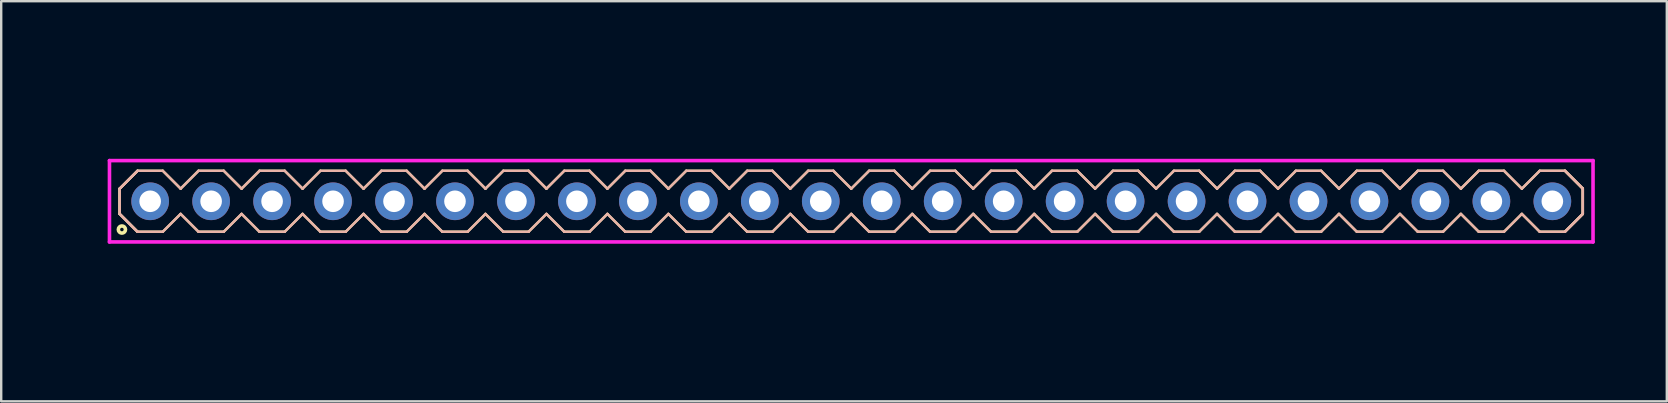
<source format=kicad_pcb>
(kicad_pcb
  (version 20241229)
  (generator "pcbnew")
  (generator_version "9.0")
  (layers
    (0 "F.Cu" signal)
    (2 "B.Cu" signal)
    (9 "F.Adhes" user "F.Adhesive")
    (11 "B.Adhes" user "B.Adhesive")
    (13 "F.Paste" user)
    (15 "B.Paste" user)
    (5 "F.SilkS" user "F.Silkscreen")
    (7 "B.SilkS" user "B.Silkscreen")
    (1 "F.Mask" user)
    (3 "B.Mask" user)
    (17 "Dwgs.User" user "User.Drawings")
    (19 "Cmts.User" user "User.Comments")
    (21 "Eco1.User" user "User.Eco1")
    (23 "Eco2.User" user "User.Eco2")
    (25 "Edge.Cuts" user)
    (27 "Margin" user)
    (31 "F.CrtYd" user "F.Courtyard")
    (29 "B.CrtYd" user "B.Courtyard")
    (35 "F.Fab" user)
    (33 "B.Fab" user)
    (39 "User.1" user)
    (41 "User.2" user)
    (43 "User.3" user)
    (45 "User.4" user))
  (footprint "HDR254P24x1"
    (layer "F.Cu")
    (at 32.416 5.336)
    (property "Reference" "HDR254P24x1" (at -31.655 0 90) (layer "User.1") (effects (font (size 1 1) (thickness 0.1))))
    (attr through_hole)
    (fp_line (start -30.48 -0.526) (end -29.736 -1.27) (stroke (width 0.1) (type solid)) (layer "F.SilkS"))
    (fp_line (start -30.48 -0.526) (end -29.736 -1.27) (stroke (width 0.1) (type solid)) (layer "F.SilkS"))
    (fp_line (start -30.48 0.526) (end -30.48 -0.526) (stroke (width 0.1) (type solid)) (layer "F.SilkS"))
    (fp_line (start -30.48 0.526) (end -30.48 -0.526) (stroke (width 0.1) (type solid)) (layer "F.SilkS"))
    (fp_line (start -29.736 -1.27) (end -28.684 -1.27) (stroke (width 0.1) (type solid)) (layer "F.SilkS"))
    (fp_line (start -29.736 1.27) (end -30.48 0.526) (stroke (width 0.1) (type solid)) (layer "F.SilkS"))
    (fp_line (start -29.736 1.27) (end -30.48 0.526) (stroke (width 0.1) (type solid)) (layer "F.SilkS"))
    (fp_line (start -28.684 -1.27) (end -27.94 -0.526) (stroke (width 0.1) (type solid)) (layer "F.SilkS"))
    (fp_line (start -28.684 1.27) (end -29.736 1.27) (stroke (width 0.1) (type solid)) (layer "F.SilkS"))
    (fp_line (start -27.94 -0.526) (end -27.196 -1.27) (stroke (width 0.1) (type solid)) (layer "F.SilkS"))
    (fp_line (start -27.94 0.526) (end -28.684 1.27) (stroke (width 0.1) (type solid)) (layer "F.SilkS"))
    (fp_line (start -27.196 -1.27) (end -26.144 -1.27) (stroke (width 0.1) (type solid)) (layer "F.SilkS"))
    (fp_line (start -27.196 1.27) (end -27.94 0.526) (stroke (width 0.1) (type solid)) (layer "F.SilkS"))
    (fp_line (start -26.144 -1.27) (end -25.4 -0.526) (stroke (width 0.1) (type solid)) (layer "F.SilkS"))
    (fp_line (start -26.144 1.27) (end -27.196 1.27) (stroke (width 0.1) (type solid)) (layer "F.SilkS"))
    (fp_line (start -25.4 -0.526) (end -24.656 -1.27) (stroke (width 0.1) (type solid)) (layer "F.SilkS"))
    (fp_line (start -25.4 0.526) (end -26.144 1.27) (stroke (width 0.1) (type solid)) (layer "F.SilkS"))
    (fp_line (start -24.656 -1.27) (end -23.604 -1.27) (stroke (width 0.1) (type solid)) (layer "F.SilkS"))
    (fp_line (start -24.656 1.27) (end -25.4 0.526) (stroke (width 0.1) (type solid)) (layer "F.SilkS"))
    (fp_line (start -23.604 -1.27) (end -22.86 -0.526) (stroke (width 0.1) (type solid)) (layer "F.SilkS"))
    (fp_line (start -23.604 1.27) (end -24.656 1.27) (stroke (width 0.1) (type solid)) (layer "F.SilkS"))
    (fp_line (start -22.86 -0.526) (end -22.116 -1.27) (stroke (width 0.1) (type solid)) (layer "F.SilkS"))
    (fp_line (start -22.86 0.526) (end -23.604 1.27) (stroke (width 0.1) (type solid)) (layer "F.SilkS"))
    (fp_line (start -22.116 -1.27) (end -21.064 -1.27) (stroke (width 0.1) (type solid)) (layer "F.SilkS"))
    (fp_line (start -22.116 1.27) (end -22.86 0.526) (stroke (width 0.1) (type solid)) (layer "F.SilkS"))
    (fp_line (start -21.064 -1.27) (end -20.32 -0.526) (stroke (width 0.1) (type solid)) (layer "F.SilkS"))
    (fp_line (start -21.064 1.27) (end -22.116 1.27) (stroke (width 0.1) (type solid)) (layer "F.SilkS"))
    (fp_line (start -20.32 -0.526) (end -19.576 -1.27) (stroke (width 0.1) (type solid)) (layer "F.SilkS"))
    (fp_line (start -20.32 0.526) (end -21.064 1.27) (stroke (width 0.1) (type solid)) (layer "F.SilkS"))
    (fp_line (start -19.576 -1.27) (end -18.524 -1.27) (stroke (width 0.1) (type solid)) (layer "F.SilkS"))
    (fp_line (start -19.576 1.27) (end -20.32 0.526) (stroke (width 0.1) (type solid)) (layer "F.SilkS"))
    (fp_line (start -18.524 -1.27) (end -17.78 -0.526) (stroke (width 0.1) (type solid)) (layer "F.SilkS"))
    (fp_line (start -18.524 1.27) (end -19.576 1.27) (stroke (width 0.1) (type solid)) (layer "F.SilkS"))
    (fp_line (start -17.78 -0.526) (end -17.036 -1.27) (stroke (width 0.1) (type solid)) (layer "F.SilkS"))
    (fp_line (start -17.78 0.526) (end -18.524 1.27) (stroke (width 0.1) (type solid)) (layer "F.SilkS"))
    (fp_line (start -17.036 -1.27) (end -15.984 -1.27) (stroke (width 0.1) (type solid)) (layer "F.SilkS"))
    (fp_line (start -17.036 1.27) (end -17.78 0.526) (stroke (width 0.1) (type solid)) (layer "F.SilkS"))
    (fp_line (start -15.984 -1.27) (end -15.24 -0.526) (stroke (width 0.1) (type solid)) (layer "F.SilkS"))
    (fp_line (start -15.984 1.27) (end -17.036 1.27) (stroke (width 0.1) (type solid)) (layer "F.SilkS"))
    (fp_line (start -15.24 -0.526) (end -14.496 -1.27) (stroke (width 0.1) (type solid)) (layer "F.SilkS"))
    (fp_line (start -15.24 0.526) (end -15.984 1.27) (stroke (width 0.1) (type solid)) (layer "F.SilkS"))
    (fp_line (start -14.496 -1.27) (end -13.444 -1.27) (stroke (width 0.1) (type solid)) (layer "F.SilkS"))
    (fp_line (start -14.496 1.27) (end -15.24 0.526) (stroke (width 0.1) (type solid)) (layer "F.SilkS"))
    (fp_line (start -13.444 -1.27) (end -12.7 -0.526) (stroke (width 0.1) (type solid)) (layer "F.SilkS"))
    (fp_line (start -13.444 1.27) (end -14.496 1.27) (stroke (width 0.1) (type solid)) (layer "F.SilkS"))
    (fp_line (start -12.7 -0.526) (end -11.956 -1.27) (stroke (width 0.1) (type solid)) (layer "F.SilkS"))
    (fp_line (start -12.7 0.526) (end -13.444 1.27) (stroke (width 0.1) (type solid)) (layer "F.SilkS"))
    (fp_line (start -11.956 -1.27) (end -10.904 -1.27) (stroke (width 0.1) (type solid)) (layer "F.SilkS"))
    (fp_line (start -11.956 1.27) (end -12.7 0.526) (stroke (width 0.1) (type solid)) (layer "F.SilkS"))
    (fp_line (start -10.904 -1.27) (end -10.16 -0.526) (stroke (width 0.1) (type solid)) (layer "F.SilkS"))
    (fp_line (start -10.904 1.27) (end -11.956 1.27) (stroke (width 0.1) (type solid)) (layer "F.SilkS"))
    (fp_line (start -10.16 -0.526) (end -9.416 -1.27) (stroke (width 0.1) (type solid)) (layer "F.SilkS"))
    (fp_line (start -10.16 0.526) (end -10.904 1.27) (stroke (width 0.1) (type solid)) (layer "F.SilkS"))
    (fp_line (start -9.416 -1.27) (end -8.364 -1.27) (stroke (width 0.1) (type solid)) (layer "F.SilkS"))
    (fp_line (start -9.416 1.27) (end -10.16 0.526) (stroke (width 0.1) (type solid)) (layer "F.SilkS"))
    (fp_line (start -8.364 -1.27) (end -7.62 -0.526) (stroke (width 0.1) (type solid)) (layer "F.SilkS"))
    (fp_line (start -8.364 1.27) (end -9.416 1.27) (stroke (width 0.1) (type solid)) (layer "F.SilkS"))
    (fp_line (start -7.62 -0.526) (end -6.876 -1.27) (stroke (width 0.1) (type solid)) (layer "F.SilkS"))
    (fp_line (start -7.62 0.526) (end -8.364 1.27) (stroke (width 0.1) (type solid)) (layer "F.SilkS"))
    (fp_line (start -6.876 -1.27) (end -5.824 -1.27) (stroke (width 0.1) (type solid)) (layer "F.SilkS"))
    (fp_line (start -6.876 1.27) (end -7.62 0.526) (stroke (width 0.1) (type solid)) (layer "F.SilkS"))
    (fp_line (start -5.824 -1.27) (end -5.08 -0.526) (stroke (width 0.1) (type solid)) (layer "F.SilkS"))
    (fp_line (start -5.824 1.27) (end -6.876 1.27) (stroke (width 0.1) (type solid)) (layer "F.SilkS"))
    (fp_line (start -5.08 -0.526) (end -4.336 -1.27) (stroke (width 0.1) (type solid)) (layer "F.SilkS"))
    (fp_line (start -5.08 0.526) (end -5.824 1.27) (stroke (width 0.1) (type solid)) (layer "F.SilkS"))
    (fp_line (start -4.336 -1.27) (end -3.284 -1.27) (stroke (width 0.1) (type solid)) (layer "F.SilkS"))
    (fp_line (start -4.336 1.27) (end -5.08 0.526) (stroke (width 0.1) (type solid)) (layer "F.SilkS"))
    (fp_line (start -3.284 -1.27) (end -2.54 -0.526) (stroke (width 0.1) (type solid)) (layer "F.SilkS"))
    (fp_line (start -3.284 1.27) (end -4.336 1.27) (stroke (width 0.1) (type solid)) (layer "F.SilkS"))
    (fp_line (start -2.54 -0.526) (end -1.796 -1.27) (stroke (width 0.1) (type solid)) (layer "F.SilkS"))
    (fp_line (start -2.54 0.526) (end -3.284 1.27) (stroke (width 0.1) (type solid)) (layer "F.SilkS"))
    (fp_line (start -1.796 -1.27) (end -0.744 -1.27) (stroke (width 0.1) (type solid)) (layer "F.SilkS"))
    (fp_line (start -1.796 1.27) (end -2.54 0.526) (stroke (width 0.1) (type solid)) (layer "F.SilkS"))
    (fp_line (start -0.744 -1.27) (end 0 -0.526) (stroke (width 0.1) (type solid)) (layer "F.SilkS"))
    (fp_line (start -0.744 1.27) (end -1.796 1.27) (stroke (width 0.1) (type solid)) (layer "F.SilkS"))
    (fp_line (start 0 -0.526) (end 0.744 -1.27) (stroke (width 0.1) (type solid)) (layer "F.SilkS"))
    (fp_line (start 0 0.526) (end -0.744 1.27) (stroke (width 0.1) (type solid)) (layer "F.SilkS"))
    (fp_line (start 0.744 -1.27) (end 1.796 -1.27) (stroke (width 0.1) (type solid)) (layer "F.SilkS"))
    (fp_line (start 0.744 1.27) (end 0 0.526) (stroke (width 0.1) (type solid)) (layer "F.SilkS"))
    (fp_line (start 1.796 -1.27) (end 2.54 -0.526) (stroke (width 0.1) (type solid)) (layer "F.SilkS"))
    (fp_line (start 1.796 1.27) (end 0.744 1.27) (stroke (width 0.1) (type solid)) (layer "F.SilkS"))
    (fp_line (start 2.54 -0.526) (end 3.284 -1.27) (stroke (width 0.1) (type solid)) (layer "F.SilkS"))
    (fp_line (start 2.54 0.526) (end 1.796 1.27) (stroke (width 0.1) (type solid)) (layer "F.SilkS"))
    (fp_line (start 3.284 -1.27) (end 4.336 -1.27) (stroke (width 0.1) (type solid)) (layer "F.SilkS"))
    (fp_line (start 3.284 1.27) (end 2.54 0.526) (stroke (width 0.1) (type solid)) (layer "F.SilkS"))
    (fp_line (start 4.336 -1.27) (end 5.08 -0.526) (stroke (width 0.1) (type solid)) (layer "F.SilkS"))
    (fp_line (start 4.336 1.27) (end 3.284 1.27) (stroke (width 0.1) (type solid)) (layer "F.SilkS"))
    (fp_line (start 5.08 -0.526) (end 5.824 -1.27) (stroke (width 0.1) (type solid)) (layer "F.SilkS"))
    (fp_line (start 5.08 0.526) (end 4.336 1.27) (stroke (width 0.1) (type solid)) (layer "F.SilkS"))
    (fp_line (start 5.824 -1.27) (end 6.876 -1.27) (stroke (width 0.1) (type solid)) (layer "F.SilkS"))
    (fp_line (start 5.824 1.27) (end 5.08 0.526) (stroke (width 0.1) (type solid)) (layer "F.SilkS"))
    (fp_line (start 6.876 -1.27) (end 7.62 -0.526) (stroke (width 0.1) (type solid)) (layer "F.SilkS"))
    (fp_line (start 6.876 1.27) (end 5.824 1.27) (stroke (width 0.1) (type solid)) (layer "F.SilkS"))
    (fp_line (start 7.62 -0.526) (end 8.364 -1.27) (stroke (width 0.1) (type solid)) (layer "F.SilkS"))
    (fp_line (start 7.62 0.526) (end 6.876 1.27) (stroke (width 0.1) (type solid)) (layer "F.SilkS"))
    (fp_line (start 8.364 -1.27) (end 9.416 -1.27) (stroke (width 0.1) (type solid)) (layer "F.SilkS"))
    (fp_line (start 8.364 1.27) (end 7.62 0.526) (stroke (width 0.1) (type solid)) (layer "F.SilkS"))
    (fp_line (start 9.416 -1.27) (end 10.16 -0.526) (stroke (width 0.1) (type solid)) (layer "F.SilkS"))
    (fp_line (start 9.416 1.27) (end 8.364 1.27) (stroke (width 0.1) (type solid)) (layer "F.SilkS"))
    (fp_line (start 10.16 -0.526) (end 10.904 -1.27) (stroke (width 0.1) (type solid)) (layer "F.SilkS"))
    (fp_line (start 10.16 0.526) (end 9.416 1.27) (stroke (width 0.1) (type solid)) (layer "F.SilkS"))
    (fp_line (start 10.904 -1.27) (end 11.956 -1.27) (stroke (width 0.1) (type solid)) (layer "F.SilkS"))
    (fp_line (start 10.904 1.27) (end 10.16 0.526) (stroke (width 0.1) (type solid)) (layer "F.SilkS"))
    (fp_line (start 11.956 -1.27) (end 12.7 -0.526) (stroke (width 0.1) (type solid)) (layer "F.SilkS"))
    (fp_line (start 11.956 1.27) (end 10.904 1.27) (stroke (width 0.1) (type solid)) (layer "F.SilkS"))
    (fp_line (start 12.7 -0.526) (end 13.444 -1.27) (stroke (width 0.1) (type solid)) (layer "F.SilkS"))
    (fp_line (start 12.7 0.526) (end 11.956 1.27) (stroke (width 0.1) (type solid)) (layer "F.SilkS"))
    (fp_line (start 13.444 -1.27) (end 14.496 -1.27) (stroke (width 0.1) (type solid)) (layer "F.SilkS"))
    (fp_line (start 13.444 1.27) (end 12.7 0.526) (stroke (width 0.1) (type solid)) (layer "F.SilkS"))
    (fp_line (start 14.496 -1.27) (end 15.24 -0.526) (stroke (width 0.1) (type solid)) (layer "F.SilkS"))
    (fp_line (start 14.496 1.27) (end 13.444 1.27) (stroke (width 0.1) (type solid)) (layer "F.SilkS"))
    (fp_line (start 15.24 -0.526) (end 15.984 -1.27) (stroke (width 0.1) (type solid)) (layer "F.SilkS"))
    (fp_line (start 15.24 0.526) (end 14.496 1.27) (stroke (width 0.1) (type solid)) (layer "F.SilkS"))
    (fp_line (start 15.984 -1.27) (end 17.036 -1.27) (stroke (width 0.1) (type solid)) (layer "F.SilkS"))
    (fp_line (start 15.984 1.27) (end 15.24 0.526) (stroke (width 0.1) (type solid)) (layer "F.SilkS"))
    (fp_line (start 17.036 -1.27) (end 17.78 -0.526) (stroke (width 0.1) (type solid)) (layer "F.SilkS"))
    (fp_line (start 17.036 1.27) (end 15.984 1.27) (stroke (width 0.1) (type solid)) (layer "F.SilkS"))
    (fp_line (start 17.78 -0.526) (end 18.524 -1.27) (stroke (width 0.1) (type solid)) (layer "F.SilkS"))
    (fp_line (start 17.78 0.526) (end 17.036 1.27) (stroke (width 0.1) (type solid)) (layer "F.SilkS"))
    (fp_line (start 18.524 -1.27) (end 19.576 -1.27) (stroke (width 0.1) (type solid)) (layer "F.SilkS"))
    (fp_line (start 18.524 1.27) (end 17.78 0.526) (stroke (width 0.1) (type solid)) (layer "F.SilkS"))
    (fp_line (start 19.576 -1.27) (end 20.32 -0.526) (stroke (width 0.1) (type solid)) (layer "F.SilkS"))
    (fp_line (start 19.576 1.27) (end 18.524 1.27) (stroke (width 0.1) (type solid)) (layer "F.SilkS"))
    (fp_line (start 20.32 -0.526) (end 21.064 -1.27) (stroke (width 0.1) (type solid)) (layer "F.SilkS"))
    (fp_line (start 20.32 0.526) (end 19.576 1.27) (stroke (width 0.1) (type solid)) (layer "F.SilkS"))
    (fp_line (start 21.064 -1.27) (end 22.116 -1.27) (stroke (width 0.1) (type solid)) (layer "F.SilkS"))
    (fp_line (start 21.064 1.27) (end 20.32 0.526) (stroke (width 0.1) (type solid)) (layer "F.SilkS"))
    (fp_line (start 22.116 -1.27) (end 22.86 -0.526) (stroke (width 0.1) (type solid)) (layer "F.SilkS"))
    (fp_line (start 22.116 1.27) (end 21.064 1.27) (stroke (width 0.1) (type solid)) (layer "F.SilkS"))
    (fp_line (start 22.86 -0.526) (end 23.604 -1.27) (stroke (width 0.1) (type solid)) (layer "F.SilkS"))
    (fp_line (start 22.86 0.526) (end 22.116 1.27) (stroke (width 0.1) (type solid)) (layer "F.SilkS"))
    (fp_line (start 23.604 -1.27) (end 24.656 -1.27) (stroke (width 0.1) (type solid)) (layer "F.SilkS"))
    (fp_line (start 23.604 1.27) (end 22.86 0.526) (stroke (width 0.1) (type solid)) (layer "F.SilkS"))
    (fp_line (start 24.656 -1.27) (end 25.4 -0.526) (stroke (width 0.1) (type solid)) (layer "F.SilkS"))
    (fp_line (start 24.656 1.27) (end 23.604 1.27) (stroke (width 0.1) (type solid)) (layer "F.SilkS"))
    (fp_line (start 25.4 -0.526) (end 26.144 -1.27) (stroke (width 0.1) (type solid)) (layer "F.SilkS"))
    (fp_line (start 25.4 0.526) (end 24.656 1.27) (stroke (width 0.1) (type solid)) (layer "F.SilkS"))
    (fp_line (start 26.144 -1.27) (end 27.196 -1.27) (stroke (width 0.1) (type solid)) (layer "F.SilkS"))
    (fp_line (start 26.144 1.27) (end 25.4 0.526) (stroke (width 0.1) (type solid)) (layer "F.SilkS"))
    (fp_line (start 27.196 -1.27) (end 27.94 -0.526) (stroke (width 0.1) (type solid)) (layer "F.SilkS"))
    (fp_line (start 27.196 1.27) (end 26.144 1.27) (stroke (width 0.1) (type solid)) (layer "F.SilkS"))
    (fp_line (start 27.94 -0.526) (end 28.684 -1.27) (stroke (width 0.1) (type solid)) (layer "F.SilkS"))
    (fp_line (start 27.94 0.526) (end 27.196 1.27) (stroke (width 0.1) (type solid)) (layer "F.SilkS"))
    (fp_line (start 28.684 -1.27) (end 29.736 -1.27) (stroke (width 0.1) (type solid)) (layer "F.SilkS"))
    (fp_line (start 28.684 1.27) (end 27.94 0.526) (stroke (width 0.1) (type solid)) (layer "F.SilkS"))
    (fp_line (start 29.736 -1.27) (end 30.48 -0.526) (stroke (width 0.1) (type solid)) (layer "F.SilkS"))
    (fp_line (start 29.736 -1.27) (end 30.48 -0.526) (stroke (width 0.1) (type solid)) (layer "F.SilkS"))
    (fp_line (start 29.736 1.27) (end 28.684 1.27) (stroke (width 0.1) (type solid)) (layer "F.SilkS"))
    (fp_line (start 30.48 -0.526) (end 30.48 0.526) (stroke (width 0.1) (type solid)) (layer "F.SilkS"))
    (fp_line (start 30.48 -0.526) (end 30.48 0.526) (stroke (width 0.1) (type solid)) (layer "F.SilkS"))
    (fp_line (start 30.48 0.526) (end 29.736 1.27) (stroke (width 0.1) (type solid)) (layer "F.SilkS"))
    (fp_line (start 30.48 0.526) (end 29.736 1.27) (stroke (width 0.1) (type solid)) (layer "F.SilkS"))
    (fp_circle (center -30.387 1.177) (end -30.238 1.177) (stroke (width 0.15) (type solid)) (fill no) (layer "F.SilkS"))
    (fp_line (start -30.48 -0.526) (end -29.736 -1.27) (stroke (width 0.1) (type solid)) (layer "B.SilkS"))
    (fp_line (start -30.48 -0.526) (end -29.736 -1.27) (stroke (width 0.1) (type solid)) (layer "B.SilkS"))
    (fp_line (start -30.48 0.526) (end -30.48 -0.526) (stroke (width 0.1) (type solid)) (layer "B.SilkS"))
    (fp_line (start -30.48 0.526) (end -30.48 -0.526) (stroke (width 0.1) (type solid)) (layer "B.SilkS"))
    (fp_line (start -29.736 -1.27) (end -28.684 -1.27) (stroke (width 0.1) (type solid)) (layer "B.SilkS"))
    (fp_line (start -29.736 1.27) (end -30.48 0.526) (stroke (width 0.1) (type solid)) (layer "B.SilkS"))
    (fp_line (start -29.736 1.27) (end -30.48 0.526) (stroke (width 0.1) (type solid)) (layer "B.SilkS"))
    (fp_line (start -28.684 -1.27) (end -27.94 -0.526) (stroke (width 0.1) (type solid)) (layer "B.SilkS"))
    (fp_line (start -28.684 1.27) (end -29.736 1.27) (stroke (width 0.1) (type solid)) (layer "B.SilkS"))
    (fp_line (start -27.94 -0.526) (end -27.196 -1.27) (stroke (width 0.1) (type solid)) (layer "B.SilkS"))
    (fp_line (start -27.94 0.526) (end -28.684 1.27) (stroke (width 0.1) (type solid)) (layer "B.SilkS"))
    (fp_line (start -27.196 -1.27) (end -26.144 -1.27) (stroke (width 0.1) (type solid)) (layer "B.SilkS"))
    (fp_line (start -27.196 1.27) (end -27.94 0.526) (stroke (width 0.1) (type solid)) (layer "B.SilkS"))
    (fp_line (start -26.144 -1.27) (end -25.4 -0.526) (stroke (width 0.1) (type solid)) (layer "B.SilkS"))
    (fp_line (start -26.144 1.27) (end -27.196 1.27) (stroke (width 0.1) (type solid)) (layer "B.SilkS"))
    (fp_line (start -25.4 -0.526) (end -24.656 -1.27) (stroke (width 0.1) (type solid)) (layer "B.SilkS"))
    (fp_line (start -25.4 0.526) (end -26.144 1.27) (stroke (width 0.1) (type solid)) (layer "B.SilkS"))
    (fp_line (start -24.656 -1.27) (end -23.604 -1.27) (stroke (width 0.1) (type solid)) (layer "B.SilkS"))
    (fp_line (start -24.656 1.27) (end -25.4 0.526) (stroke (width 0.1) (type solid)) (layer "B.SilkS"))
    (fp_line (start -23.604 -1.27) (end -22.86 -0.526) (stroke (width 0.1) (type solid)) (layer "B.SilkS"))
    (fp_line (start -23.604 1.27) (end -24.656 1.27) (stroke (width 0.1) (type solid)) (layer "B.SilkS"))
    (fp_line (start -22.86 -0.526) (end -22.116 -1.27) (stroke (width 0.1) (type solid)) (layer "B.SilkS"))
    (fp_line (start -22.86 0.526) (end -23.604 1.27) (stroke (width 0.1) (type solid)) (layer "B.SilkS"))
    (fp_line (start -22.116 -1.27) (end -21.064 -1.27) (stroke (width 0.1) (type solid)) (layer "B.SilkS"))
    (fp_line (start -22.116 1.27) (end -22.86 0.526) (stroke (width 0.1) (type solid)) (layer "B.SilkS"))
    (fp_line (start -21.064 -1.27) (end -20.32 -0.526) (stroke (width 0.1) (type solid)) (layer "B.SilkS"))
    (fp_line (start -21.064 1.27) (end -22.116 1.27) (stroke (width 0.1) (type solid)) (layer "B.SilkS"))
    (fp_line (start -20.32 -0.526) (end -19.576 -1.27) (stroke (width 0.1) (type solid)) (layer "B.SilkS"))
    (fp_line (start -20.32 0.526) (end -21.064 1.27) (stroke (width 0.1) (type solid)) (layer "B.SilkS"))
    (fp_line (start -19.576 -1.27) (end -18.524 -1.27) (stroke (width 0.1) (type solid)) (layer "B.SilkS"))
    (fp_line (start -19.576 1.27) (end -20.32 0.526) (stroke (width 0.1) (type solid)) (layer "B.SilkS"))
    (fp_line (start -18.524 -1.27) (end -17.78 -0.526) (stroke (width 0.1) (type solid)) (layer "B.SilkS"))
    (fp_line (start -18.524 1.27) (end -19.576 1.27) (stroke (width 0.1) (type solid)) (layer "B.SilkS"))
    (fp_line (start -17.78 -0.526) (end -17.036 -1.27) (stroke (width 0.1) (type solid)) (layer "B.SilkS"))
    (fp_line (start -17.78 0.526) (end -18.524 1.27) (stroke (width 0.1) (type solid)) (layer "B.SilkS"))
    (fp_line (start -17.036 -1.27) (end -15.984 -1.27) (stroke (width 0.1) (type solid)) (layer "B.SilkS"))
    (fp_line (start -17.036 1.27) (end -17.78 0.526) (stroke (width 0.1) (type solid)) (layer "B.SilkS"))
    (fp_line (start -15.984 -1.27) (end -15.24 -0.526) (stroke (width 0.1) (type solid)) (layer "B.SilkS"))
    (fp_line (start -15.984 1.27) (end -17.036 1.27) (stroke (width 0.1) (type solid)) (layer "B.SilkS"))
    (fp_line (start -15.24 -0.526) (end -14.496 -1.27) (stroke (width 0.1) (type solid)) (layer "B.SilkS"))
    (fp_line (start -15.24 0.526) (end -15.984 1.27) (stroke (width 0.1) (type solid)) (layer "B.SilkS"))
    (fp_line (start -14.496 -1.27) (end -13.444 -1.27) (stroke (width 0.1) (type solid)) (layer "B.SilkS"))
    (fp_line (start -14.496 1.27) (end -15.24 0.526) (stroke (width 0.1) (type solid)) (layer "B.SilkS"))
    (fp_line (start -13.444 -1.27) (end -12.7 -0.526) (stroke (width 0.1) (type solid)) (layer "B.SilkS"))
    (fp_line (start -13.444 1.27) (end -14.496 1.27) (stroke (width 0.1) (type solid)) (layer "B.SilkS"))
    (fp_line (start -12.7 -0.526) (end -11.956 -1.27) (stroke (width 0.1) (type solid)) (layer "B.SilkS"))
    (fp_line (start -12.7 0.526) (end -13.444 1.27) (stroke (width 0.1) (type solid)) (layer "B.SilkS"))
    (fp_line (start -11.956 -1.27) (end -10.904 -1.27) (stroke (width 0.1) (type solid)) (layer "B.SilkS"))
    (fp_line (start -11.956 1.27) (end -12.7 0.526) (stroke (width 0.1) (type solid)) (layer "B.SilkS"))
    (fp_line (start -10.904 -1.27) (end -10.16 -0.526) (stroke (width 0.1) (type solid)) (layer "B.SilkS"))
    (fp_line (start -10.904 1.27) (end -11.956 1.27) (stroke (width 0.1) (type solid)) (layer "B.SilkS"))
    (fp_line (start -10.16 -0.526) (end -9.416 -1.27) (stroke (width 0.1) (type solid)) (layer "B.SilkS"))
    (fp_line (start -10.16 0.526) (end -10.904 1.27) (stroke (width 0.1) (type solid)) (layer "B.SilkS"))
    (fp_line (start -9.416 -1.27) (end -8.364 -1.27) (stroke (width 0.1) (type solid)) (layer "B.SilkS"))
    (fp_line (start -9.416 1.27) (end -10.16 0.526) (stroke (width 0.1) (type solid)) (layer "B.SilkS"))
    (fp_line (start -8.364 -1.27) (end -7.62 -0.526) (stroke (width 0.1) (type solid)) (layer "B.SilkS"))
    (fp_line (start -8.364 1.27) (end -9.416 1.27) (stroke (width 0.1) (type solid)) (layer "B.SilkS"))
    (fp_line (start -7.62 -0.526) (end -6.876 -1.27) (stroke (width 0.1) (type solid)) (layer "B.SilkS"))
    (fp_line (start -7.62 0.526) (end -8.364 1.27) (stroke (width 0.1) (type solid)) (layer "B.SilkS"))
    (fp_line (start -6.876 -1.27) (end -5.824 -1.27) (stroke (width 0.1) (type solid)) (layer "B.SilkS"))
    (fp_line (start -6.876 1.27) (end -7.62 0.526) (stroke (width 0.1) (type solid)) (layer "B.SilkS"))
    (fp_line (start -5.824 -1.27) (end -5.08 -0.526) (stroke (width 0.1) (type solid)) (layer "B.SilkS"))
    (fp_line (start -5.824 1.27) (end -6.876 1.27) (stroke (width 0.1) (type solid)) (layer "B.SilkS"))
    (fp_line (start -5.08 -0.526) (end -4.336 -1.27) (stroke (width 0.1) (type solid)) (layer "B.SilkS"))
    (fp_line (start -5.08 0.526) (end -5.824 1.27) (stroke (width 0.1) (type solid)) (layer "B.SilkS"))
    (fp_line (start -4.336 -1.27) (end -3.284 -1.27) (stroke (width 0.1) (type solid)) (layer "B.SilkS"))
    (fp_line (start -4.336 1.27) (end -5.08 0.526) (stroke (width 0.1) (type solid)) (layer "B.SilkS"))
    (fp_line (start -3.284 -1.27) (end -2.54 -0.526) (stroke (width 0.1) (type solid)) (layer "B.SilkS"))
    (fp_line (start -3.284 1.27) (end -4.336 1.27) (stroke (width 0.1) (type solid)) (layer "B.SilkS"))
    (fp_line (start -2.54 -0.526) (end -1.796 -1.27) (stroke (width 0.1) (type solid)) (layer "B.SilkS"))
    (fp_line (start -2.54 0.526) (end -3.284 1.27) (stroke (width 0.1) (type solid)) (layer "B.SilkS"))
    (fp_line (start -1.796 -1.27) (end -0.744 -1.27) (stroke (width 0.1) (type solid)) (layer "B.SilkS"))
    (fp_line (start -1.796 1.27) (end -2.54 0.526) (stroke (width 0.1) (type solid)) (layer "B.SilkS"))
    (fp_line (start -0.744 -1.27) (end 0 -0.526) (stroke (width 0.1) (type solid)) (layer "B.SilkS"))
    (fp_line (start -0.744 1.27) (end -1.796 1.27) (stroke (width 0.1) (type solid)) (layer "B.SilkS"))
    (fp_line (start 0 -0.526) (end 0.744 -1.27) (stroke (width 0.1) (type solid)) (layer "B.SilkS"))
    (fp_line (start 0 0.526) (end -0.744 1.27) (stroke (width 0.1) (type solid)) (layer "B.SilkS"))
    (fp_line (start 0.744 -1.27) (end 1.796 -1.27) (stroke (width 0.1) (type solid)) (layer "B.SilkS"))
    (fp_line (start 0.744 1.27) (end 0 0.526) (stroke (width 0.1) (type solid)) (layer "B.SilkS"))
    (fp_line (start 1.796 -1.27) (end 2.54 -0.526) (stroke (width 0.1) (type solid)) (layer "B.SilkS"))
    (fp_line (start 1.796 1.27) (end 0.744 1.27) (stroke (width 0.1) (type solid)) (layer "B.SilkS"))
    (fp_line (start 2.54 -0.526) (end 3.284 -1.27) (stroke (width 0.1) (type solid)) (layer "B.SilkS"))
    (fp_line (start 2.54 0.526) (end 1.796 1.27) (stroke (width 0.1) (type solid)) (layer "B.SilkS"))
    (fp_line (start 3.284 -1.27) (end 4.336 -1.27) (stroke (width 0.1) (type solid)) (layer "B.SilkS"))
    (fp_line (start 3.284 1.27) (end 2.54 0.526) (stroke (width 0.1) (type solid)) (layer "B.SilkS"))
    (fp_line (start 4.336 -1.27) (end 5.08 -0.526) (stroke (width 0.1) (type solid)) (layer "B.SilkS"))
    (fp_line (start 4.336 1.27) (end 3.284 1.27) (stroke (width 0.1) (type solid)) (layer "B.SilkS"))
    (fp_line (start 5.08 -0.526) (end 5.824 -1.27) (stroke (width 0.1) (type solid)) (layer "B.SilkS"))
    (fp_line (start 5.08 0.526) (end 4.336 1.27) (stroke (width 0.1) (type solid)) (layer "B.SilkS"))
    (fp_line (start 5.824 -1.27) (end 6.876 -1.27) (stroke (width 0.1) (type solid)) (layer "B.SilkS"))
    (fp_line (start 5.824 1.27) (end 5.08 0.526) (stroke (width 0.1) (type solid)) (layer "B.SilkS"))
    (fp_line (start 6.876 -1.27) (end 7.62 -0.526) (stroke (width 0.1) (type solid)) (layer "B.SilkS"))
    (fp_line (start 6.876 1.27) (end 5.824 1.27) (stroke (width 0.1) (type solid)) (layer "B.SilkS"))
    (fp_line (start 7.62 -0.526) (end 8.364 -1.27) (stroke (width 0.1) (type solid)) (layer "B.SilkS"))
    (fp_line (start 7.62 0.526) (end 6.876 1.27) (stroke (width 0.1) (type solid)) (layer "B.SilkS"))
    (fp_line (start 8.364 -1.27) (end 9.416 -1.27) (stroke (width 0.1) (type solid)) (layer "B.SilkS"))
    (fp_line (start 8.364 1.27) (end 7.62 0.526) (stroke (width 0.1) (type solid)) (layer "B.SilkS"))
    (fp_line (start 9.416 -1.27) (end 10.16 -0.526) (stroke (width 0.1) (type solid)) (layer "B.SilkS"))
    (fp_line (start 9.416 1.27) (end 8.364 1.27) (stroke (width 0.1) (type solid)) (layer "B.SilkS"))
    (fp_line (start 10.16 -0.526) (end 10.904 -1.27) (stroke (width 0.1) (type solid)) (layer "B.SilkS"))
    (fp_line (start 10.16 0.526) (end 9.416 1.27) (stroke (width 0.1) (type solid)) (layer "B.SilkS"))
    (fp_line (start 10.904 -1.27) (end 11.956 -1.27) (stroke (width 0.1) (type solid)) (layer "B.SilkS"))
    (fp_line (start 10.904 1.27) (end 10.16 0.526) (stroke (width 0.1) (type solid)) (layer "B.SilkS"))
    (fp_line (start 11.956 -1.27) (end 12.7 -0.526) (stroke (width 0.1) (type solid)) (layer "B.SilkS"))
    (fp_line (start 11.956 1.27) (end 10.904 1.27) (stroke (width 0.1) (type solid)) (layer "B.SilkS"))
    (fp_line (start 12.7 -0.526) (end 13.444 -1.27) (stroke (width 0.1) (type solid)) (layer "B.SilkS"))
    (fp_line (start 12.7 0.526) (end 11.956 1.27) (stroke (width 0.1) (type solid)) (layer "B.SilkS"))
    (fp_line (start 13.444 -1.27) (end 14.496 -1.27) (stroke (width 0.1) (type solid)) (layer "B.SilkS"))
    (fp_line (start 13.444 1.27) (end 12.7 0.526) (stroke (width 0.1) (type solid)) (layer "B.SilkS"))
    (fp_line (start 14.496 -1.27) (end 15.24 -0.526) (stroke (width 0.1) (type solid)) (layer "B.SilkS"))
    (fp_line (start 14.496 1.27) (end 13.444 1.27) (stroke (width 0.1) (type solid)) (layer "B.SilkS"))
    (fp_line (start 15.24 -0.526) (end 15.984 -1.27) (stroke (width 0.1) (type solid)) (layer "B.SilkS"))
    (fp_line (start 15.24 0.526) (end 14.496 1.27) (stroke (width 0.1) (type solid)) (layer "B.SilkS"))
    (fp_line (start 15.984 -1.27) (end 17.036 -1.27) (stroke (width 0.1) (type solid)) (layer "B.SilkS"))
    (fp_line (start 15.984 1.27) (end 15.24 0.526) (stroke (width 0.1) (type solid)) (layer "B.SilkS"))
    (fp_line (start 17.036 -1.27) (end 17.78 -0.526) (stroke (width 0.1) (type solid)) (layer "B.SilkS"))
    (fp_line (start 17.036 1.27) (end 15.984 1.27) (stroke (width 0.1) (type solid)) (layer "B.SilkS"))
    (fp_line (start 17.78 -0.526) (end 18.524 -1.27) (stroke (width 0.1) (type solid)) (layer "B.SilkS"))
    (fp_line (start 17.78 0.526) (end 17.036 1.27) (stroke (width 0.1) (type solid)) (layer "B.SilkS"))
    (fp_line (start 18.524 -1.27) (end 19.576 -1.27) (stroke (width 0.1) (type solid)) (layer "B.SilkS"))
    (fp_line (start 18.524 1.27) (end 17.78 0.526) (stroke (width 0.1) (type solid)) (layer "B.SilkS"))
    (fp_line (start 19.576 -1.27) (end 20.32 -0.526) (stroke (width 0.1) (type solid)) (layer "B.SilkS"))
    (fp_line (start 19.576 1.27) (end 18.524 1.27) (stroke (width 0.1) (type solid)) (layer "B.SilkS"))
    (fp_line (start 20.32 -0.526) (end 21.064 -1.27) (stroke (width 0.1) (type solid)) (layer "B.SilkS"))
    (fp_line (start 20.32 0.526) (end 19.576 1.27) (stroke (width 0.1) (type solid)) (layer "B.SilkS"))
    (fp_line (start 21.064 -1.27) (end 22.116 -1.27) (stroke (width 0.1) (type solid)) (layer "B.SilkS"))
    (fp_line (start 21.064 1.27) (end 20.32 0.526) (stroke (width 0.1) (type solid)) (layer "B.SilkS"))
    (fp_line (start 22.116 -1.27) (end 22.86 -0.526) (stroke (width 0.1) (type solid)) (layer "B.SilkS"))
    (fp_line (start 22.116 1.27) (end 21.064 1.27) (stroke (width 0.1) (type solid)) (layer "B.SilkS"))
    (fp_line (start 22.86 -0.526) (end 23.604 -1.27) (stroke (width 0.1) (type solid)) (layer "B.SilkS"))
    (fp_line (start 22.86 0.526) (end 22.116 1.27) (stroke (width 0.1) (type solid)) (layer "B.SilkS"))
    (fp_line (start 23.604 -1.27) (end 24.656 -1.27) (stroke (width 0.1) (type solid)) (layer "B.SilkS"))
    (fp_line (start 23.604 1.27) (end 22.86 0.526) (stroke (width 0.1) (type solid)) (layer "B.SilkS"))
    (fp_line (start 24.656 -1.27) (end 25.4 -0.526) (stroke (width 0.1) (type solid)) (layer "B.SilkS"))
    (fp_line (start 24.656 1.27) (end 23.604 1.27) (stroke (width 0.1) (type solid)) (layer "B.SilkS"))
    (fp_line (start 25.4 -0.526) (end 26.144 -1.27) (stroke (width 0.1) (type solid)) (layer "B.SilkS"))
    (fp_line (start 25.4 0.526) (end 24.656 1.27) (stroke (width 0.1) (type solid)) (layer "B.SilkS"))
    (fp_line (start 26.144 -1.27) (end 27.196 -1.27) (stroke (width 0.1) (type solid)) (layer "B.SilkS"))
    (fp_line (start 26.144 1.27) (end 25.4 0.526) (stroke (width 0.1) (type solid)) (layer "B.SilkS"))
    (fp_line (start 27.196 -1.27) (end 27.94 -0.526) (stroke (width 0.1) (type solid)) (layer "B.SilkS"))
    (fp_line (start 27.196 1.27) (end 26.144 1.27) (stroke (width 0.1) (type solid)) (layer "B.SilkS"))
    (fp_line (start 27.94 -0.526) (end 28.684 -1.27) (stroke (width 0.1) (type solid)) (layer "B.SilkS"))
    (fp_line (start 27.94 0.526) (end 27.196 1.27) (stroke (width 0.1) (type solid)) (layer "B.SilkS"))
    (fp_line (start 28.684 -1.27) (end 29.736 -1.27) (stroke (width 0.1) (type solid)) (layer "B.SilkS"))
    (fp_line (start 28.684 1.27) (end 27.94 0.526) (stroke (width 0.1) (type solid)) (layer "B.SilkS"))
    (fp_line (start 29.736 -1.27) (end 30.48 -0.526) (stroke (width 0.1) (type solid)) (layer "B.SilkS"))
    (fp_line (start 29.736 -1.27) (end 30.48 -0.526) (stroke (width 0.1) (type solid)) (layer "B.SilkS"))
    (fp_line (start 29.736 1.27) (end 28.684 1.27) (stroke (width 0.1) (type solid)) (layer "B.SilkS"))
    (fp_line (start 30.48 -0.526) (end 30.48 0.526) (stroke (width 0.1) (type solid)) (layer "B.SilkS"))
    (fp_line (start 30.48 -0.526) (end 30.48 0.526) (stroke (width 0.1) (type solid)) (layer "B.SilkS"))
    (fp_line (start 30.48 0.526) (end 29.736 1.27) (stroke (width 0.1) (type solid)) (layer "B.SilkS"))
    (fp_line (start 30.48 0.526) (end 29.736 1.27) (stroke (width 0.1) (type solid)) (layer "B.SilkS"))
    (fp_line (start -30.905 -1.695) (end -30.905 1.695) (stroke (width 0.15) (type solid)) (layer "F.CrtYd"))
    (fp_line (start -30.905 1.695) (end 30.905 1.695) (stroke (width 0.15) (type solid)) (layer "F.CrtYd"))
    (fp_line (start 30.905 -1.695) (end -30.905 -1.695) (stroke (width 0.15) (type solid)) (layer "F.CrtYd"))
    (fp_line (start 30.905 1.695) (end 30.905 -1.695) (stroke (width 0.15) (type solid)) (layer "F.CrtYd"))
    (pad "1" thru_hole oval (at -29.21 0) (size 1.57 1.57) (drill 0.9) (layers "*.Cu" "*.Mask"))
    (pad "2" thru_hole oval (at -26.67 0) (size 1.57 1.57) (drill 0.9) (layers "*.Cu" "*.Mask"))
    (pad "3" thru_hole oval (at -24.13 0) (size 1.57 1.57) (drill 0.9) (layers "*.Cu" "*.Mask"))
    (pad "4" thru_hole oval (at -21.59 0) (size 1.57 1.57) (drill 0.9) (layers "*.Cu" "*.Mask"))
    (pad "5" thru_hole oval (at -19.05 0) (size 1.57 1.57) (drill 0.9) (layers "*.Cu" "*.Mask"))
    (pad "6" thru_hole oval (at -16.51 0) (size 1.57 1.57) (drill 0.9) (layers "*.Cu" "*.Mask"))
    (pad "7" thru_hole oval (at -13.97 0) (size 1.57 1.57) (drill 0.9) (layers "*.Cu" "*.Mask"))
    (pad "8" thru_hole oval (at -11.43 0) (size 1.57 1.57) (drill 0.9) (layers "*.Cu" "*.Mask"))
    (pad "9" thru_hole oval (at -8.89 0) (size 1.57 1.57) (drill 0.9) (layers "*.Cu" "*.Mask"))
    (pad "10" thru_hole oval (at -6.35 0) (size 1.57 1.57) (drill 0.9) (layers "*.Cu" "*.Mask"))
    (pad "11" thru_hole oval (at -3.81 0) (size 1.57 1.57) (drill 0.9) (layers "*.Cu" "*.Mask"))
    (pad "12" thru_hole oval (at -1.27 0) (size 1.57 1.57) (drill 0.9) (layers "*.Cu" "*.Mask"))
    (pad "13" thru_hole oval (at 1.27 0) (size 1.57 1.57) (drill 0.9) (layers "*.Cu" "*.Mask"))
    (pad "14" thru_hole oval (at 3.81 0) (size 1.57 1.57) (drill 0.9) (layers "*.Cu" "*.Mask"))
    (pad "15" thru_hole oval (at 6.35 0) (size 1.57 1.57) (drill 0.9) (layers "*.Cu" "*.Mask"))
    (pad "16" thru_hole oval (at 8.89 0) (size 1.57 1.57) (drill 0.9) (layers "*.Cu" "*.Mask"))
    (pad "17" thru_hole oval (at 11.43 0) (size 1.57 1.57) (drill 0.9) (layers "*.Cu" "*.Mask"))
    (pad "18" thru_hole oval (at 13.97 0) (size 1.57 1.57) (drill 0.9) (layers "*.Cu" "*.Mask"))
    (pad "19" thru_hole oval (at 16.51 0) (size 1.57 1.57) (drill 0.9) (layers "*.Cu" "*.Mask"))
    (pad "20" thru_hole oval (at 19.05 0) (size 1.57 1.57) (drill 0.9) (layers "*.Cu" "*.Mask"))
    (pad "21" thru_hole oval (at 21.59 0) (size 1.57 1.57) (drill 0.9) (layers "*.Cu" "*.Mask"))
    (pad "22" thru_hole oval (at 24.13 0) (size 1.57 1.57) (drill 0.9) (layers "*.Cu" "*.Mask"))
    (pad "23" thru_hole oval (at 26.67 0) (size 1.57 1.57) (drill 0.9) (layers "*.Cu" "*.Mask"))
    (pad "24" thru_hole oval (at 29.21 0) (size 1.57 1.57) (drill 0.9) (layers "*.Cu" "*.Mask")))
  (gr_rect
    (start -3 -3)
    (end 66.395 13.671)
    (stroke (width 0.1) (type default))
    (fill no)
    (layer "Edge.Cuts")))
</source>
